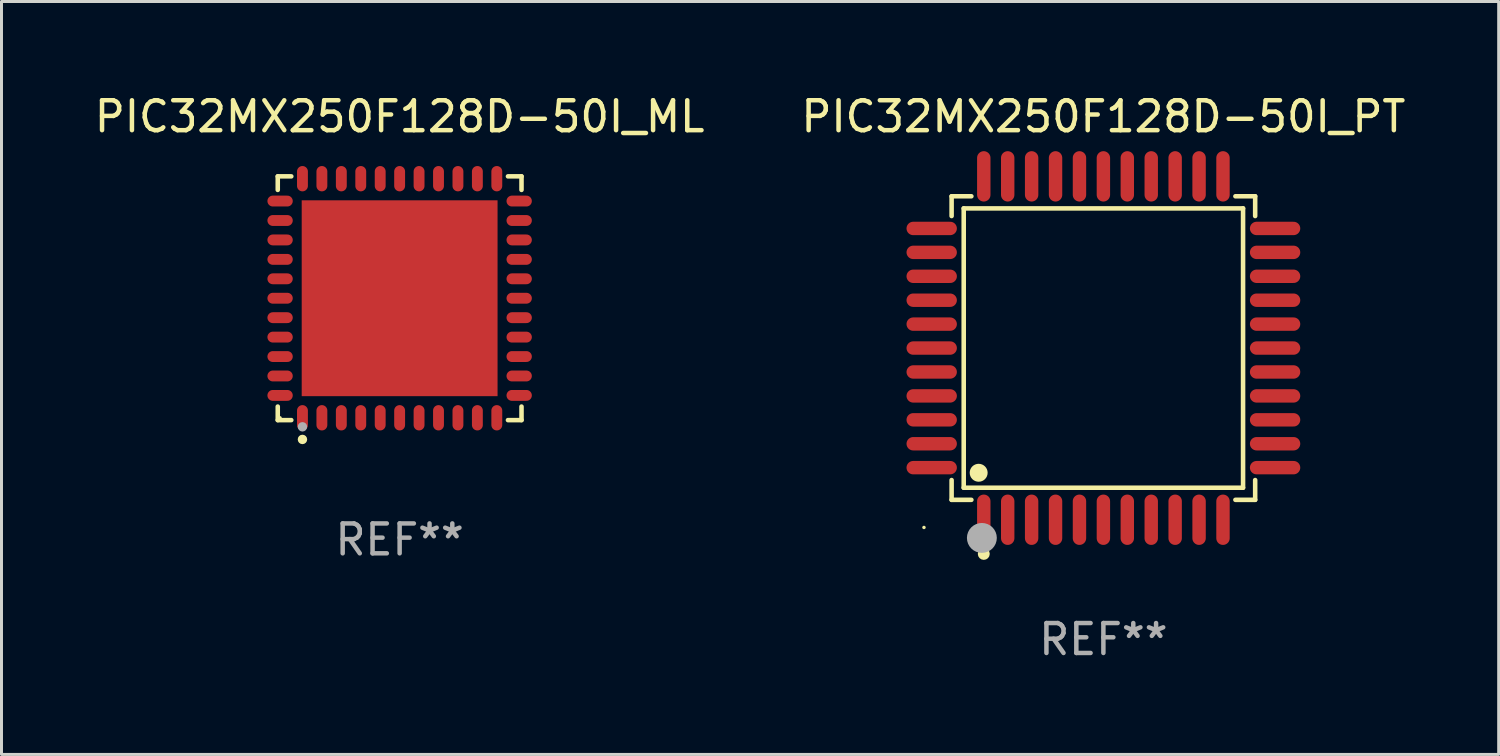
<source format=kicad_pcb>
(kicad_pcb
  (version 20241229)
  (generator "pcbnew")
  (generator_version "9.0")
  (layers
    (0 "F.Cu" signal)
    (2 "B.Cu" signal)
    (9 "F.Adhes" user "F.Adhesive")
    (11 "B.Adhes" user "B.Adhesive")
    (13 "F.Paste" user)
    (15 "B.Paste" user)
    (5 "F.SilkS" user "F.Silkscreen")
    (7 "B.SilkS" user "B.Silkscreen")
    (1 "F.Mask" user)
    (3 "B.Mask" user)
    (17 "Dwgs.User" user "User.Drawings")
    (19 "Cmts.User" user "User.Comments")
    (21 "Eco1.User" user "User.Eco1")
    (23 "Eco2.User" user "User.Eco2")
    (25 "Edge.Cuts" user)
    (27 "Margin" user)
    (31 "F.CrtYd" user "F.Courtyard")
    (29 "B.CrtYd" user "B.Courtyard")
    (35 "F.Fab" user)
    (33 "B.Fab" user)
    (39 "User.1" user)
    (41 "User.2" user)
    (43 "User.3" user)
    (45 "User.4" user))
  (footprint "PIC32MX250F128D-50I_ML"
    (layer "F.Cu")
    (at 10.315 6.924)
    (property "Reference" "PIC32MX250F128D-50I_ML" (at 0 -6.076 0) (layer "F.SilkS") (effects (font (size 1 1) (thickness 0.15))))
    (attr through_hole)
    (fp_line (start -4.076 -4.076) (end -3.623 -4.076) (stroke (width 0.152) (type solid)) (layer "F.SilkS"))
    (fp_line (start -4.076 -3.623) (end -4.076 -4.076) (stroke (width 0.152) (type solid)) (layer "F.SilkS"))
    (fp_line (start -4.076 3.623) (end -4.076 4.076) (stroke (width 0.152) (type solid)) (layer "F.SilkS"))
    (fp_line (start -4.076 4.076) (end -3.623 4.076) (stroke (width 0.152) (type solid)) (layer "F.SilkS"))
    (fp_line (start 4.076 -4.076) (end 3.623 -4.076) (stroke (width 0.152) (type solid)) (layer "F.SilkS"))
    (fp_line (start 4.076 -3.623) (end 4.076 -4.076) (stroke (width 0.152) (type solid)) (layer "F.SilkS"))
    (fp_line (start 4.076 3.623) (end 4.076 4.076) (stroke (width 0.152) (type solid)) (layer "F.SilkS"))
    (fp_line (start 4.076 4.076) (end 3.623 4.076) (stroke (width 0.152) (type solid)) (layer "F.SilkS"))
    (fp_circle (center -4 4) (end -3.97 4) (stroke (width 0.06) (type solid)) (fill no) (layer "F.SilkS"))
    (fp_circle (center -3.25 4.722) (end -3.171 4.722) (stroke (width 0.158) (type solid)) (fill no) (layer "F.SilkS"))
    (fp_circle (center -3.25 4.3) (end -3.171 4.3) (stroke (width 0.158) (type solid)) (fill no) (layer "F.Fab"))
    (fp_text user "REF**" (at 0 8.076 0) (layer "F.Fab") (effects (font (size 1 1) (thickness 0.15))))
    (pad "1" smd oval (at -3.25 3.998) (size 0.364 0.847) (layers "F.Cu" "F.Mask" "F.Paste"))
    (pad "2" smd oval (at -2.6 3.998) (size 0.364 0.847) (layers "F.Cu" "F.Mask" "F.Paste"))
    (pad "3" smd oval (at -1.95 3.998) (size 0.364 0.847) (layers "F.Cu" "F.Mask" "F.Paste"))
    (pad "4" smd oval (at -1.3 3.998) (size 0.364 0.847) (layers "F.Cu" "F.Mask" "F.Paste"))
    (pad "5" smd oval (at -0.65 3.998) (size 0.364 0.847) (layers "F.Cu" "F.Mask" "F.Paste"))
    (pad "6" smd oval (at 0 3.998) (size 0.364 0.847) (layers "F.Cu" "F.Mask" "F.Paste"))
    (pad "7" smd oval (at 0.65 3.998) (size 0.364 0.847) (layers "F.Cu" "F.Mask" "F.Paste"))
    (pad "8" smd oval (at 1.3 3.998) (size 0.364 0.847) (layers "F.Cu" "F.Mask" "F.Paste"))
    (pad "9" smd oval (at 1.95 3.998) (size 0.364 0.847) (layers "F.Cu" "F.Mask" "F.Paste"))
    (pad "10" smd oval (at 2.6 3.998) (size 0.364 0.847) (layers "F.Cu" "F.Mask" "F.Paste"))
    (pad "11" smd oval (at 3.25 3.998) (size 0.364 0.847) (layers "F.Cu" "F.Mask" "F.Paste"))
    (pad "12" smd oval (at 3.998 3.25) (size 0.847 0.364) (layers "F.Cu" "F.Mask" "F.Paste"))
    (pad "13" smd oval (at 3.998 2.6) (size 0.847 0.364) (layers "F.Cu" "F.Mask" "F.Paste"))
    (pad "14" smd oval (at 3.998 1.95) (size 0.847 0.364) (layers "F.Cu" "F.Mask" "F.Paste"))
    (pad "15" smd oval (at 3.998 1.3) (size 0.847 0.364) (layers "F.Cu" "F.Mask" "F.Paste"))
    (pad "16" smd oval (at 3.998 0.65) (size 0.847 0.364) (layers "F.Cu" "F.Mask" "F.Paste"))
    (pad "17" smd oval (at 3.998 0) (size 0.847 0.364) (layers "F.Cu" "F.Mask" "F.Paste"))
    (pad "18" smd oval (at 3.998 -0.65) (size 0.847 0.364) (layers "F.Cu" "F.Mask" "F.Paste"))
    (pad "19" smd oval (at 3.998 -1.3) (size 0.847 0.364) (layers "F.Cu" "F.Mask" "F.Paste"))
    (pad "20" smd oval (at 3.998 -1.95) (size 0.847 0.364) (layers "F.Cu" "F.Mask" "F.Paste"))
    (pad "21" smd oval (at 3.998 -2.6) (size 0.847 0.364) (layers "F.Cu" "F.Mask" "F.Paste"))
    (pad "22" smd oval (at 3.998 -3.25) (size 0.847 0.364) (layers "F.Cu" "F.Mask" "F.Paste"))
    (pad "23" smd oval (at 3.25 -3.998) (size 0.364 0.847) (layers "F.Cu" "F.Mask" "F.Paste"))
    (pad "24" smd oval (at 2.6 -3.998) (size 0.364 0.847) (layers "F.Cu" "F.Mask" "F.Paste"))
    (pad "25" smd oval (at 1.95 -3.998) (size 0.364 0.847) (layers "F.Cu" "F.Mask" "F.Paste"))
    (pad "26" smd oval (at 1.3 -3.998) (size 0.364 0.847) (layers "F.Cu" "F.Mask" "F.Paste"))
    (pad "27" smd oval (at 0.65 -3.998) (size 0.364 0.847) (layers "F.Cu" "F.Mask" "F.Paste"))
    (pad "28" smd oval (at 0 -3.998) (size 0.364 0.847) (layers "F.Cu" "F.Mask" "F.Paste"))
    (pad "29" smd oval (at -0.65 -3.998) (size 0.364 0.847) (layers "F.Cu" "F.Mask" "F.Paste"))
    (pad "30" smd oval (at -1.3 -3.998) (size 0.364 0.847) (layers "F.Cu" "F.Mask" "F.Paste"))
    (pad "31" smd oval (at -1.95 -3.998) (size 0.364 0.847) (layers "F.Cu" "F.Mask" "F.Paste"))
    (pad "32" smd oval (at -2.6 -3.998) (size 0.364 0.847) (layers "F.Cu" "F.Mask" "F.Paste"))
    (pad "33" smd oval (at -3.25 -3.998) (size 0.364 0.847) (layers "F.Cu" "F.Mask" "F.Paste"))
    (pad "34" smd oval (at -3.998 -3.25) (size 0.847 0.364) (layers "F.Cu" "F.Mask" "F.Paste"))
    (pad "35" smd oval (at -3.998 -2.6) (size 0.847 0.364) (layers "F.Cu" "F.Mask" "F.Paste"))
    (pad "36" smd oval (at -3.998 -1.95) (size 0.847 0.364) (layers "F.Cu" "F.Mask" "F.Paste"))
    (pad "37" smd oval (at -3.998 -1.3) (size 0.847 0.364) (layers "F.Cu" "F.Mask" "F.Paste"))
    (pad "38" smd oval (at -3.998 -0.65) (size 0.847 0.364) (layers "F.Cu" "F.Mask" "F.Paste"))
    (pad "39" smd oval (at -3.998 0) (size 0.847 0.364) (layers "F.Cu" "F.Mask" "F.Paste"))
    (pad "40" smd oval (at -3.998 0.65) (size 0.847 0.364) (layers "F.Cu" "F.Mask" "F.Paste"))
    (pad "41" smd oval (at -3.998 1.3) (size 0.847 0.364) (layers "F.Cu" "F.Mask" "F.Paste"))
    (pad "42" smd oval (at -3.998 1.95) (size 0.847 0.364) (layers "F.Cu" "F.Mask" "F.Paste"))
    (pad "43" smd oval (at -3.998 2.6) (size 0.847 0.364) (layers "F.Cu" "F.Mask" "F.Paste"))
    (pad "44" smd oval (at -3.998 3.25) (size 0.847 0.364) (layers "F.Cu" "F.Mask" "F.Paste"))
    (pad "45" smd rect (at 0 0) (size 6.55 6.55) (layers "F.Cu" "F.Mask" "F.Paste")))
  (footprint "PIC32MX250F128D-50I_PT"
    (layer "F.Cu")
    (at 33.851 8.59)
    (property "Reference" "PIC32MX250F128D-50I_PT" (at 0 -7.742 0) (layer "F.SilkS") (effects (font (size 1 1) (thickness 0.15))))
    (attr through_hole)
    (fp_line (start -5.076 -5.076) (end -4.415 -5.076) (stroke (width 0.152) (type solid)) (layer "F.SilkS"))
    (fp_line (start -5.076 -4.415) (end -5.076 -5.076) (stroke (width 0.152) (type solid)) (layer "F.SilkS"))
    (fp_line (start -5.076 4.415) (end -5.076 5.076) (stroke (width 0.152) (type solid)) (layer "F.SilkS"))
    (fp_line (start -5.076 5.076) (end -4.415 5.076) (stroke (width 0.152) (type solid)) (layer "F.SilkS"))
    (fp_line (start -4.671 -4.671) (end 4.671 -4.671) (stroke (width 0.152) (type solid)) (layer "F.SilkS"))
    (fp_line (start -4.671 4.671) (end -4.671 -4.671) (stroke (width 0.152) (type solid)) (layer "F.SilkS"))
    (fp_line (start 4.671 -4.671) (end 4.671 4.671) (stroke (width 0.152) (type solid)) (layer "F.SilkS"))
    (fp_line (start 4.671 4.671) (end -4.671 4.671) (stroke (width 0.152) (type solid)) (layer "F.SilkS"))
    (fp_line (start 5.076 -5.076) (end 4.415 -5.076) (stroke (width 0.152) (type solid)) (layer "F.SilkS"))
    (fp_line (start 5.076 -4.415) (end 5.076 -5.076) (stroke (width 0.152) (type solid)) (layer "F.SilkS"))
    (fp_line (start 5.076 4.415) (end 5.076 5.076) (stroke (width 0.152) (type solid)) (layer "F.SilkS"))
    (fp_line (start 5.076 5.076) (end 4.415 5.076) (stroke (width 0.152) (type solid)) (layer "F.SilkS"))
    (fp_circle (center -6 6) (end -5.97 6) (stroke (width 0.06) (type solid)) (fill no) (layer "F.SilkS"))
    (fp_circle (center -4.171 4.171) (end -4.021 4.171) (stroke (width 0.3) (type solid)) (fill no) (layer "F.SilkS"))
    (fp_circle (center -4 6.884) (end -3.9 6.884) (stroke (width 0.2) (type solid)) (fill no) (layer "F.SilkS"))
    (fp_circle (center -4.064 6.35) (end -3.814 6.35) (stroke (width 0.5) (type solid)) (fill no) (layer "F.Fab"))
    (fp_text user "REF**" (at 0 9.742 0) (layer "F.Fab") (effects (font (size 1 1) (thickness 0.15))))
    (pad "1" smd oval (at -4 5.742) (size 0.448 1.684) (layers "F.Cu" "F.Mask" "F.Paste"))
    (pad "2" smd oval (at -3.2 5.742) (size 0.448 1.684) (layers "F.Cu" "F.Mask" "F.Paste"))
    (pad "3" smd oval (at -2.4 5.742) (size 0.448 1.684) (layers "F.Cu" "F.Mask" "F.Paste"))
    (pad "4" smd oval (at -1.6 5.742) (size 0.448 1.684) (layers "F.Cu" "F.Mask" "F.Paste"))
    (pad "5" smd oval (at -0.8 5.742) (size 0.448 1.684) (layers "F.Cu" "F.Mask" "F.Paste"))
    (pad "6" smd oval (at 0 5.742) (size 0.448 1.684) (layers "F.Cu" "F.Mask" "F.Paste"))
    (pad "7" smd oval (at 0.8 5.742) (size 0.448 1.684) (layers "F.Cu" "F.Mask" "F.Paste"))
    (pad "8" smd oval (at 1.6 5.742) (size 0.448 1.684) (layers "F.Cu" "F.Mask" "F.Paste"))
    (pad "9" smd oval (at 2.4 5.742) (size 0.448 1.684) (layers "F.Cu" "F.Mask" "F.Paste"))
    (pad "10" smd oval (at 3.2 5.742) (size 0.448 1.684) (layers "F.Cu" "F.Mask" "F.Paste"))
    (pad "11" smd oval (at 4 5.742) (size 0.448 1.684) (layers "F.Cu" "F.Mask" "F.Paste"))
    (pad "12" smd oval (at 5.742 4) (size 1.684 0.448) (layers "F.Cu" "F.Mask" "F.Paste"))
    (pad "13" smd oval (at 5.742 3.2) (size 1.684 0.448) (layers "F.Cu" "F.Mask" "F.Paste"))
    (pad "14" smd oval (at 5.742 2.4) (size 1.684 0.448) (layers "F.Cu" "F.Mask" "F.Paste"))
    (pad "15" smd oval (at 5.742 1.6) (size 1.684 0.448) (layers "F.Cu" "F.Mask" "F.Paste"))
    (pad "16" smd oval (at 5.742 0.8) (size 1.684 0.448) (layers "F.Cu" "F.Mask" "F.Paste"))
    (pad "17" smd oval (at 5.742 0) (size 1.684 0.448) (layers "F.Cu" "F.Mask" "F.Paste"))
    (pad "18" smd oval (at 5.742 -0.8) (size 1.684 0.448) (layers "F.Cu" "F.Mask" "F.Paste"))
    (pad "19" smd oval (at 5.742 -1.6) (size 1.684 0.448) (layers "F.Cu" "F.Mask" "F.Paste"))
    (pad "20" smd oval (at 5.742 -2.4) (size 1.684 0.448) (layers "F.Cu" "F.Mask" "F.Paste"))
    (pad "21" smd oval (at 5.742 -3.2) (size 1.684 0.448) (layers "F.Cu" "F.Mask" "F.Paste"))
    (pad "22" smd oval (at 5.742 -4) (size 1.684 0.448) (layers "F.Cu" "F.Mask" "F.Paste"))
    (pad "23" smd oval (at 4 -5.742) (size 0.448 1.684) (layers "F.Cu" "F.Mask" "F.Paste"))
    (pad "24" smd oval (at 3.2 -5.742) (size 0.448 1.684) (layers "F.Cu" "F.Mask" "F.Paste"))
    (pad "25" smd oval (at 2.4 -5.742) (size 0.448 1.684) (layers "F.Cu" "F.Mask" "F.Paste"))
    (pad "26" smd oval (at 1.6 -5.742) (size 0.448 1.684) (layers "F.Cu" "F.Mask" "F.Paste"))
    (pad "27" smd oval (at 0.8 -5.742) (size 0.448 1.684) (layers "F.Cu" "F.Mask" "F.Paste"))
    (pad "28" smd oval (at 0 -5.742) (size 0.448 1.684) (layers "F.Cu" "F.Mask" "F.Paste"))
    (pad "29" smd oval (at -0.8 -5.742) (size 0.448 1.684) (layers "F.Cu" "F.Mask" "F.Paste"))
    (pad "30" smd oval (at -1.6 -5.742) (size 0.448 1.684) (layers "F.Cu" "F.Mask" "F.Paste"))
    (pad "31" smd oval (at -2.4 -5.742) (size 0.448 1.684) (layers "F.Cu" "F.Mask" "F.Paste"))
    (pad "32" smd oval (at -3.2 -5.742) (size 0.448 1.684) (layers "F.Cu" "F.Mask" "F.Paste"))
    (pad "33" smd oval (at -4 -5.742) (size 0.448 1.684) (layers "F.Cu" "F.Mask" "F.Paste"))
    (pad "34" smd oval (at -5.742 -4) (size 1.684 0.448) (layers "F.Cu" "F.Mask" "F.Paste"))
    (pad "35" smd oval (at -5.742 -3.2) (size 1.684 0.448) (layers "F.Cu" "F.Mask" "F.Paste"))
    (pad "36" smd oval (at -5.742 -2.4) (size 1.684 0.448) (layers "F.Cu" "F.Mask" "F.Paste"))
    (pad "37" smd oval (at -5.742 -1.6) (size 1.684 0.448) (layers "F.Cu" "F.Mask" "F.Paste"))
    (pad "38" smd oval (at -5.742 -0.8) (size 1.684 0.448) (layers "F.Cu" "F.Mask" "F.Paste"))
    (pad "39" smd oval (at -5.742 0) (size 1.684 0.448) (layers "F.Cu" "F.Mask" "F.Paste"))
    (pad "40" smd oval (at -5.742 0.8) (size 1.684 0.448) (layers "F.Cu" "F.Mask" "F.Paste"))
    (pad "41" smd oval (at -5.742 1.6) (size 1.684 0.448) (layers "F.Cu" "F.Mask" "F.Paste"))
    (pad "42" smd oval (at -5.742 2.4) (size 1.684 0.448) (layers "F.Cu" "F.Mask" "F.Paste"))
    (pad "43" smd oval (at -5.742 3.2) (size 1.684 0.448) (layers "F.Cu" "F.Mask" "F.Paste"))
    (pad "44" smd oval (at -5.742 4) (size 1.684 0.448) (layers "F.Cu" "F.Mask" "F.Paste")))
  (gr_rect
    (start -3 -3)
    (end 47.071 22.18)
    (stroke (width 0.1) (type default))
    (fill no)
    (layer "Edge.Cuts")))
</source>
